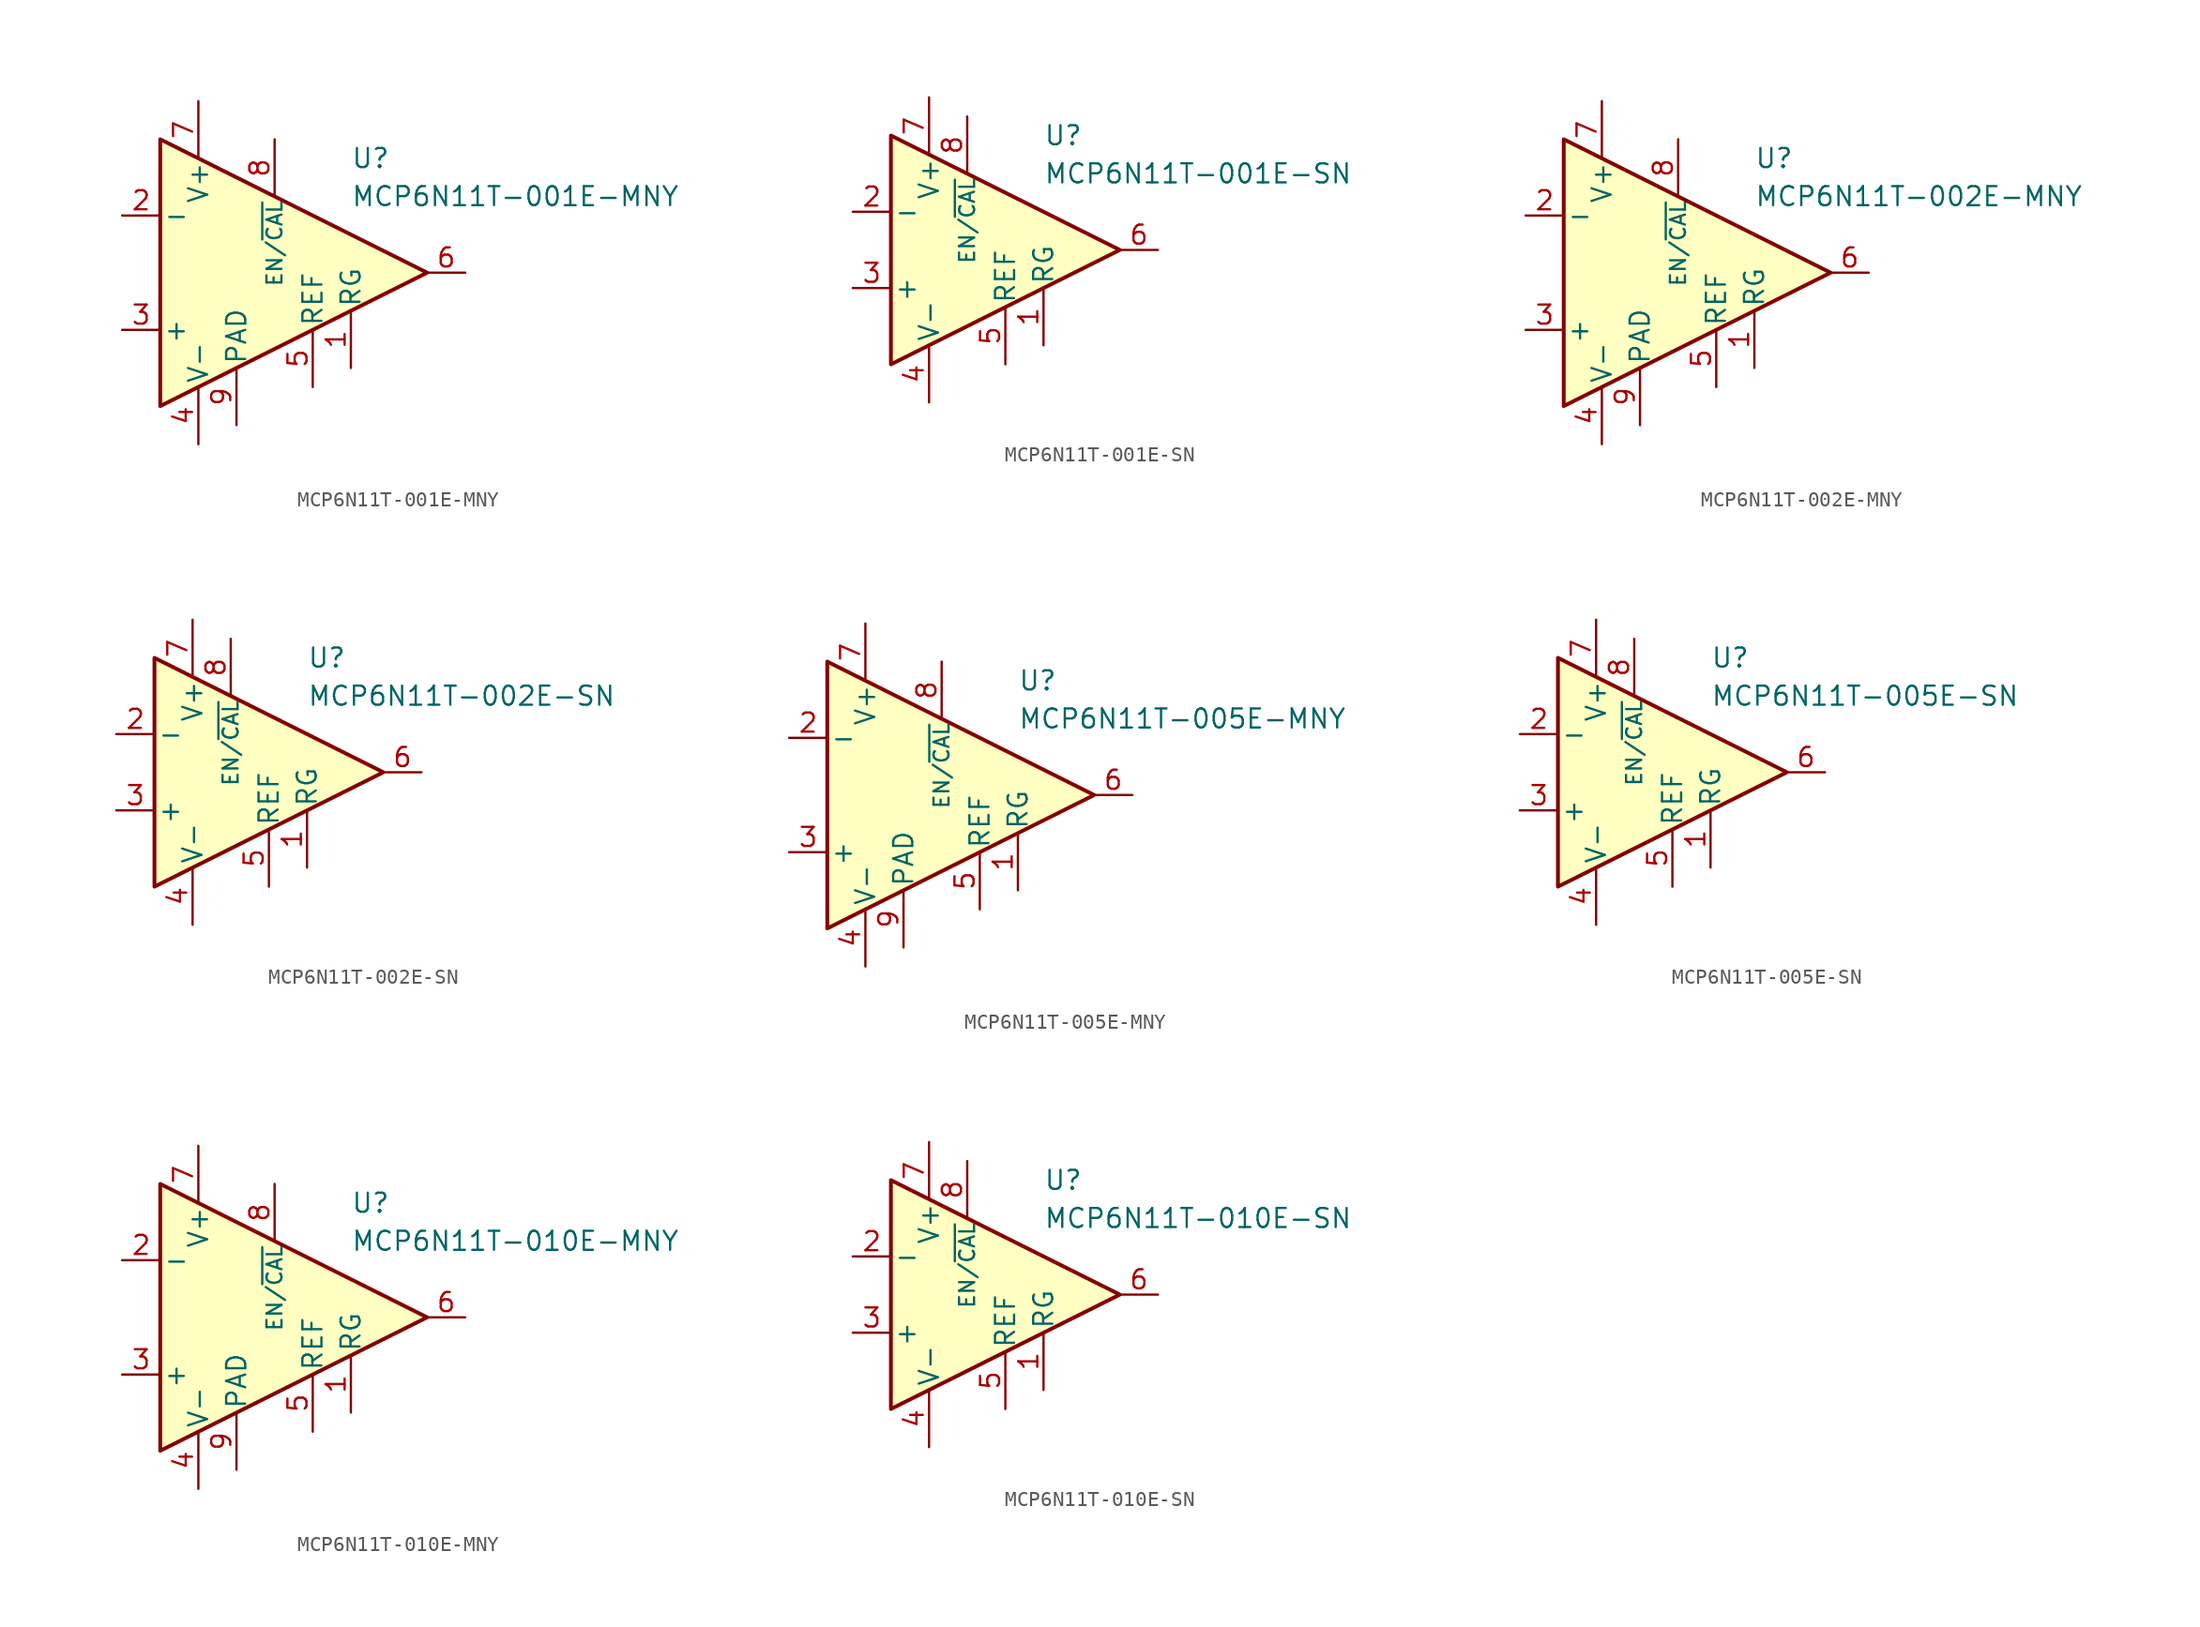
<source format=kicad_sym>
(kicad_symbol_lib
  (version 20231120)
  (generator "kicad_symbol_editor")
  (generator_version "8.0")
  (symbol "MCP6N11T-001E-MNY"
    (pin_names
      (offset 0.2))
    (property "Reference" "U"
      (at 6.35 7.62 0)
      (effects (font (size 1.27 1.27)) (justify left)))
    (property "Value" "MCP6N11T-001E-MNY"
      (at 6.35 5.08 0)
      (effects (font (size 1.27 1.27)) (justify left)))
    (symbol "MCP6N11T-001E-MNY_0_1"
      (polyline (pts (xy -6.35 8.89) (xy -6.35 -8.89) (xy 11.43 0) (xy -6.35 8.89)) (stroke (width 0.254) (type default)) (fill (type background))))
    (symbol "MCP6N11T-001E-MNY_1_1"
      (pin passive line (at 6.35 -6.35 90) (length 3.81) (name "RG" (effects (font (size 1.27 1.27)))) (number "1" (effects (font (size 1.27 1.27)))))
      (pin input line (at -8.89 3.81 0) (length 2.54) (name "-" (effects (font (size 1.27 1.27)))) (number "2" (effects (font (size 1.27 1.27)))))
      (pin input line (at -8.89 -3.81 0) (length 2.54) (name "+" (effects (font (size 1.27 1.27)))) (number "3" (effects (font (size 1.27 1.27)))))
      (pin power_in line (at -3.81 -11.43 90) (length 3.81) (name "V-" (effects (font (size 1.27 1.27)))) (number "4" (effects (font (size 1.27 1.27)))))
      (pin input line (at 3.81 -7.62 90) (length 3.81) (name "REF" (effects (font (size 1.27 1.27)))) (number "5" (effects (font (size 1.27 1.27)))))
      (pin output line (at 13.97 0 180) (length 2.54) (name "~" (effects (font (size 1.27 1.27)))) (number "6" (effects (font (size 1.27 1.27)))))
      (pin power_in line (at -3.81 11.43 270) (length 3.81) (name "V+" (effects (font (size 1.27 1.27)))) (number "7" (effects (font (size 1.27 1.27)))))
      (pin input line (at 1.27 8.89 270) (length 3.81) (name "EN/~{CAL}" (effects (font (size 1 1)))) (number "8" (effects (font (size 1.27 1.27)))))
      (pin power_in line (at -1.27 -10.16 90) (length 3.81) (name "PAD" (effects (font (size 1.27 1.27)))) (number "9" (effects (font (size 1.27 1.27)))))))
  (symbol "MCP6N11T-001E-SN"
    (pin_names
      (offset 0.2))
    (property "Reference" "U"
      (at 3.81 7.62 0)
      (effects (font (size 1.27 1.27)) (justify left)))
    (property "Value" "MCP6N11T-001E-SN"
      (at 3.81 5.08 0)
      (effects (font (size 1.27 1.27)) (justify left)))
    (symbol "MCP6N11T-001E-SN_0_1"
      (polyline (pts (xy -6.35 7.62) (xy -6.35 -7.62) (xy 8.89 0) (xy -6.35 7.62)) (stroke (width 0.254) (type default)) (fill (type background))))
    (symbol "MCP6N11T-001E-SN_1_1"
      (pin passive line (at 3.81 -6.35 90) (length 3.81) (name "RG" (effects (font (size 1.27 1.27)))) (number "1" (effects (font (size 1.27 1.27)))))
      (pin input line (at -8.89 2.54 0) (length 2.54) (name "-" (effects (font (size 1.27 1.27)))) (number "2" (effects (font (size 1.27 1.27)))))
      (pin input line (at -8.89 -2.54 0) (length 2.54) (name "+" (effects (font (size 1.27 1.27)))) (number "3" (effects (font (size 1.27 1.27)))))
      (pin power_in line (at -3.81 -10.16 90) (length 3.81) (name "V-" (effects (font (size 1.27 1.27)))) (number "4" (effects (font (size 1.27 1.27)))))
      (pin input line (at 1.27 -7.62 90) (length 3.81) (name "REF" (effects (font (size 1.27 1.27)))) (number "5" (effects (font (size 1.27 1.27)))))
      (pin output line (at 11.43 0 180) (length 2.54) (name "~" (effects (font (size 1.27 1.27)))) (number "6" (effects (font (size 1.27 1.27)))))
      (pin power_in line (at -3.81 10.16 270) (length 3.81) (name "V+" (effects (font (size 1.27 1.27)))) (number "7" (effects (font (size 1.27 1.27)))))
      (pin input line (at -1.27 8.89 270) (length 3.81) (name "EN/~{CAL}" (effects (font (size 1 1)))) (number "8" (effects (font (size 1.27 1.27)))))))
  (symbol "MCP6N11T-002E-MNY"
    (pin_names
      (offset 0.2))
    (property "Reference" "U"
      (at 6.35 7.62 0)
      (effects (font (size 1.27 1.27)) (justify left)))
    (property "Value" "MCP6N11T-002E-MNY"
      (at 6.35 5.08 0)
      (effects (font (size 1.27 1.27)) (justify left)))
    (symbol "MCP6N11T-002E-MNY_0_1"
      (polyline (pts (xy -6.35 8.89) (xy -6.35 -8.89) (xy 11.43 0) (xy -6.35 8.89)) (stroke (width 0.254) (type default)) (fill (type background))))
    (symbol "MCP6N11T-002E-MNY_1_1"
      (pin passive line (at 6.35 -6.35 90) (length 3.81) (name "RG" (effects (font (size 1.27 1.27)))) (number "1" (effects (font (size 1.27 1.27)))))
      (pin input line (at -8.89 3.81 0) (length 2.54) (name "-" (effects (font (size 1.27 1.27)))) (number "2" (effects (font (size 1.27 1.27)))))
      (pin input line (at -8.89 -3.81 0) (length 2.54) (name "+" (effects (font (size 1.27 1.27)))) (number "3" (effects (font (size 1.27 1.27)))))
      (pin power_in line (at -3.81 -11.43 90) (length 3.81) (name "V-" (effects (font (size 1.27 1.27)))) (number "4" (effects (font (size 1.27 1.27)))))
      (pin input line (at 3.81 -7.62 90) (length 3.81) (name "REF" (effects (font (size 1.27 1.27)))) (number "5" (effects (font (size 1.27 1.27)))))
      (pin output line (at 13.97 0 180) (length 2.54) (name "~" (effects (font (size 1.27 1.27)))) (number "6" (effects (font (size 1.27 1.27)))))
      (pin power_in line (at -3.81 11.43 270) (length 3.81) (name "V+" (effects (font (size 1.27 1.27)))) (number "7" (effects (font (size 1.27 1.27)))))
      (pin input line (at 1.27 8.89 270) (length 3.81) (name "EN/~{CAL}" (effects (font (size 1 1)))) (number "8" (effects (font (size 1.27 1.27)))))
      (pin power_in line (at -1.27 -10.16 90) (length 3.81) (name "PAD" (effects (font (size 1.27 1.27)))) (number "9" (effects (font (size 1.27 1.27)))))))
  (symbol "MCP6N11T-002E-SN"
    (pin_names
      (offset 0.2))
    (property "Reference" "U"
      (at 3.81 7.62 0)
      (effects (font (size 1.27 1.27)) (justify left)))
    (property "Value" "MCP6N11T-002E-SN"
      (at 3.81 5.08 0)
      (effects (font (size 1.27 1.27)) (justify left)))
    (symbol "MCP6N11T-002E-SN_0_1"
      (polyline (pts (xy -6.35 7.62) (xy -6.35 -7.62) (xy 8.89 0) (xy -6.35 7.62)) (stroke (width 0.254) (type default)) (fill (type background))))
    (symbol "MCP6N11T-002E-SN_1_1"
      (pin passive line (at 3.81 -6.35 90) (length 3.81) (name "RG" (effects (font (size 1.27 1.27)))) (number "1" (effects (font (size 1.27 1.27)))))
      (pin input line (at -8.89 2.54 0) (length 2.54) (name "-" (effects (font (size 1.27 1.27)))) (number "2" (effects (font (size 1.27 1.27)))))
      (pin input line (at -8.89 -2.54 0) (length 2.54) (name "+" (effects (font (size 1.27 1.27)))) (number "3" (effects (font (size 1.27 1.27)))))
      (pin power_in line (at -3.81 -10.16 90) (length 3.81) (name "V-" (effects (font (size 1.27 1.27)))) (number "4" (effects (font (size 1.27 1.27)))))
      (pin input line (at 1.27 -7.62 90) (length 3.81) (name "REF" (effects (font (size 1.27 1.27)))) (number "5" (effects (font (size 1.27 1.27)))))
      (pin output line (at 11.43 0 180) (length 2.54) (name "~" (effects (font (size 1.27 1.27)))) (number "6" (effects (font (size 1.27 1.27)))))
      (pin power_in line (at -3.81 10.16 270) (length 3.81) (name "V+" (effects (font (size 1.27 1.27)))) (number "7" (effects (font (size 1.27 1.27)))))
      (pin input line (at -1.27 8.89 270) (length 3.81) (name "EN/~{CAL}" (effects (font (size 1 1)))) (number "8" (effects (font (size 1.27 1.27)))))))
  (symbol "MCP6N11T-005E-MNY"
    (pin_names
      (offset 0.2))
    (property "Reference" "U"
      (at 6.35 7.62 0)
      (effects (font (size 1.27 1.27)) (justify left)))
    (property "Value" "MCP6N11T-005E-MNY"
      (at 6.35 5.08 0)
      (effects (font (size 1.27 1.27)) (justify left)))
    (symbol "MCP6N11T-005E-MNY_0_1"
      (polyline (pts (xy -6.35 8.89) (xy -6.35 -8.89) (xy 11.43 0) (xy -6.35 8.89)) (stroke (width 0.254) (type default)) (fill (type background))))
    (symbol "MCP6N11T-005E-MNY_1_1"
      (pin passive line (at 6.35 -6.35 90) (length 3.81) (name "RG" (effects (font (size 1.27 1.27)))) (number "1" (effects (font (size 1.27 1.27)))))
      (pin input line (at -8.89 3.81 0) (length 2.54) (name "-" (effects (font (size 1.27 1.27)))) (number "2" (effects (font (size 1.27 1.27)))))
      (pin input line (at -8.89 -3.81 0) (length 2.54) (name "+" (effects (font (size 1.27 1.27)))) (number "3" (effects (font (size 1.27 1.27)))))
      (pin power_in line (at -3.81 -11.43 90) (length 3.81) (name "V-" (effects (font (size 1.27 1.27)))) (number "4" (effects (font (size 1.27 1.27)))))
      (pin input line (at 3.81 -7.62 90) (length 3.81) (name "REF" (effects (font (size 1.27 1.27)))) (number "5" (effects (font (size 1.27 1.27)))))
      (pin output line (at 13.97 0 180) (length 2.54) (name "~" (effects (font (size 1.27 1.27)))) (number "6" (effects (font (size 1.27 1.27)))))
      (pin power_in line (at -3.81 11.43 270) (length 3.81) (name "V+" (effects (font (size 1.27 1.27)))) (number "7" (effects (font (size 1.27 1.27)))))
      (pin input line (at 1.27 8.89 270) (length 3.81) (name "EN/~{CAL}" (effects (font (size 1 1)))) (number "8" (effects (font (size 1.27 1.27)))))
      (pin power_in line (at -1.27 -10.16 90) (length 3.81) (name "PAD" (effects (font (size 1.27 1.27)))) (number "9" (effects (font (size 1.27 1.27)))))))
  (symbol "MCP6N11T-005E-SN"
    (pin_names
      (offset 0.2))
    (property "Reference" "U"
      (at 3.81 7.62 0)
      (effects (font (size 1.27 1.27)) (justify left)))
    (property "Value" "MCP6N11T-005E-SN"
      (at 3.81 5.08 0)
      (effects (font (size 1.27 1.27)) (justify left)))
    (symbol "MCP6N11T-005E-SN_0_1"
      (polyline (pts (xy -6.35 7.62) (xy -6.35 -7.62) (xy 8.89 0) (xy -6.35 7.62)) (stroke (width 0.254) (type default)) (fill (type background))))
    (symbol "MCP6N11T-005E-SN_1_1"
      (pin passive line (at 3.81 -6.35 90) (length 3.81) (name "RG" (effects (font (size 1.27 1.27)))) (number "1" (effects (font (size 1.27 1.27)))))
      (pin input line (at -8.89 2.54 0) (length 2.54) (name "-" (effects (font (size 1.27 1.27)))) (number "2" (effects (font (size 1.27 1.27)))))
      (pin input line (at -8.89 -2.54 0) (length 2.54) (name "+" (effects (font (size 1.27 1.27)))) (number "3" (effects (font (size 1.27 1.27)))))
      (pin power_in line (at -3.81 -10.16 90) (length 3.81) (name "V-" (effects (font (size 1.27 1.27)))) (number "4" (effects (font (size 1.27 1.27)))))
      (pin input line (at 1.27 -7.62 90) (length 3.81) (name "REF" (effects (font (size 1.27 1.27)))) (number "5" (effects (font (size 1.27 1.27)))))
      (pin output line (at 11.43 0 180) (length 2.54) (name "~" (effects (font (size 1.27 1.27)))) (number "6" (effects (font (size 1.27 1.27)))))
      (pin power_in line (at -3.81 10.16 270) (length 3.81) (name "V+" (effects (font (size 1.27 1.27)))) (number "7" (effects (font (size 1.27 1.27)))))
      (pin input line (at -1.27 8.89 270) (length 3.81) (name "EN/~{CAL}" (effects (font (size 1 1)))) (number "8" (effects (font (size 1.27 1.27)))))))
  (symbol "MCP6N11T-010E-MNY"
    (pin_names
      (offset 0.2))
    (property "Reference" "U"
      (at 6.35 7.62 0)
      (effects (font (size 1.27 1.27)) (justify left)))
    (property "Value" "MCP6N11T-010E-MNY"
      (at 6.35 5.08 0)
      (effects (font (size 1.27 1.27)) (justify left)))
    (symbol "MCP6N11T-010E-MNY_0_1"
      (polyline (pts (xy -6.35 8.89) (xy -6.35 -8.89) (xy 11.43 0) (xy -6.35 8.89)) (stroke (width 0.254) (type default)) (fill (type background))))
    (symbol "MCP6N11T-010E-MNY_1_1"
      (pin passive line (at 6.35 -6.35 90) (length 3.81) (name "RG" (effects (font (size 1.27 1.27)))) (number "1" (effects (font (size 1.27 1.27)))))
      (pin input line (at -8.89 3.81 0) (length 2.54) (name "-" (effects (font (size 1.27 1.27)))) (number "2" (effects (font (size 1.27 1.27)))))
      (pin input line (at -8.89 -3.81 0) (length 2.54) (name "+" (effects (font (size 1.27 1.27)))) (number "3" (effects (font (size 1.27 1.27)))))
      (pin power_in line (at -3.81 -11.43 90) (length 3.81) (name "V-" (effects (font (size 1.27 1.27)))) (number "4" (effects (font (size 1.27 1.27)))))
      (pin input line (at 3.81 -7.62 90) (length 3.81) (name "REF" (effects (font (size 1.27 1.27)))) (number "5" (effects (font (size 1.27 1.27)))))
      (pin output line (at 13.97 0 180) (length 2.54) (name "~" (effects (font (size 1.27 1.27)))) (number "6" (effects (font (size 1.27 1.27)))))
      (pin power_in line (at -3.81 11.43 270) (length 3.81) (name "V+" (effects (font (size 1.27 1.27)))) (number "7" (effects (font (size 1.27 1.27)))))
      (pin input line (at 1.27 8.89 270) (length 3.81) (name "EN/~{CAL}" (effects (font (size 1 1)))) (number "8" (effects (font (size 1.27 1.27)))))
      (pin power_in line (at -1.27 -10.16 90) (length 3.81) (name "PAD" (effects (font (size 1.27 1.27)))) (number "9" (effects (font (size 1.27 1.27)))))))
  (symbol "MCP6N11T-010E-SN"
    (pin_names
      (offset 0.2))
    (property "Reference" "U"
      (at 3.81 7.62 0)
      (effects (font (size 1.27 1.27)) (justify left)))
    (property "Value" "MCP6N11T-010E-SN"
      (at 3.81 5.08 0)
      (effects (font (size 1.27 1.27)) (justify left)))
    (symbol "MCP6N11T-010E-SN_0_1"
      (polyline (pts (xy -6.35 7.62) (xy -6.35 -7.62) (xy 8.89 0) (xy -6.35 7.62)) (stroke (width 0.254) (type default)) (fill (type background))))
    (symbol "MCP6N11T-010E-SN_1_1"
      (pin passive line (at 3.81 -6.35 90) (length 3.81) (name "RG" (effects (font (size 1.27 1.27)))) (number "1" (effects (font (size 1.27 1.27)))))
      (pin input line (at -8.89 2.54 0) (length 2.54) (name "-" (effects (font (size 1.27 1.27)))) (number "2" (effects (font (size 1.27 1.27)))))
      (pin input line (at -8.89 -2.54 0) (length 2.54) (name "+" (effects (font (size 1.27 1.27)))) (number "3" (effects (font (size 1.27 1.27)))))
      (pin power_in line (at -3.81 -10.16 90) (length 3.81) (name "V-" (effects (font (size 1.27 1.27)))) (number "4" (effects (font (size 1.27 1.27)))))
      (pin input line (at 1.27 -7.62 90) (length 3.81) (name "REF" (effects (font (size 1.27 1.27)))) (number "5" (effects (font (size 1.27 1.27)))))
      (pin output line (at 11.43 0 180) (length 2.54) (name "~" (effects (font (size 1.27 1.27)))) (number "6" (effects (font (size 1.27 1.27)))))
      (pin power_in line (at -3.81 10.16 270) (length 3.81) (name "V+" (effects (font (size 1.27 1.27)))) (number "7" (effects (font (size 1.27 1.27)))))
      (pin input line (at -1.27 8.89 270) (length 3.81) (name "EN/~{CAL}" (effects (font (size 1 1)))) (number "8" (effects (font (size 1.27 1.27))))))))
</source>
